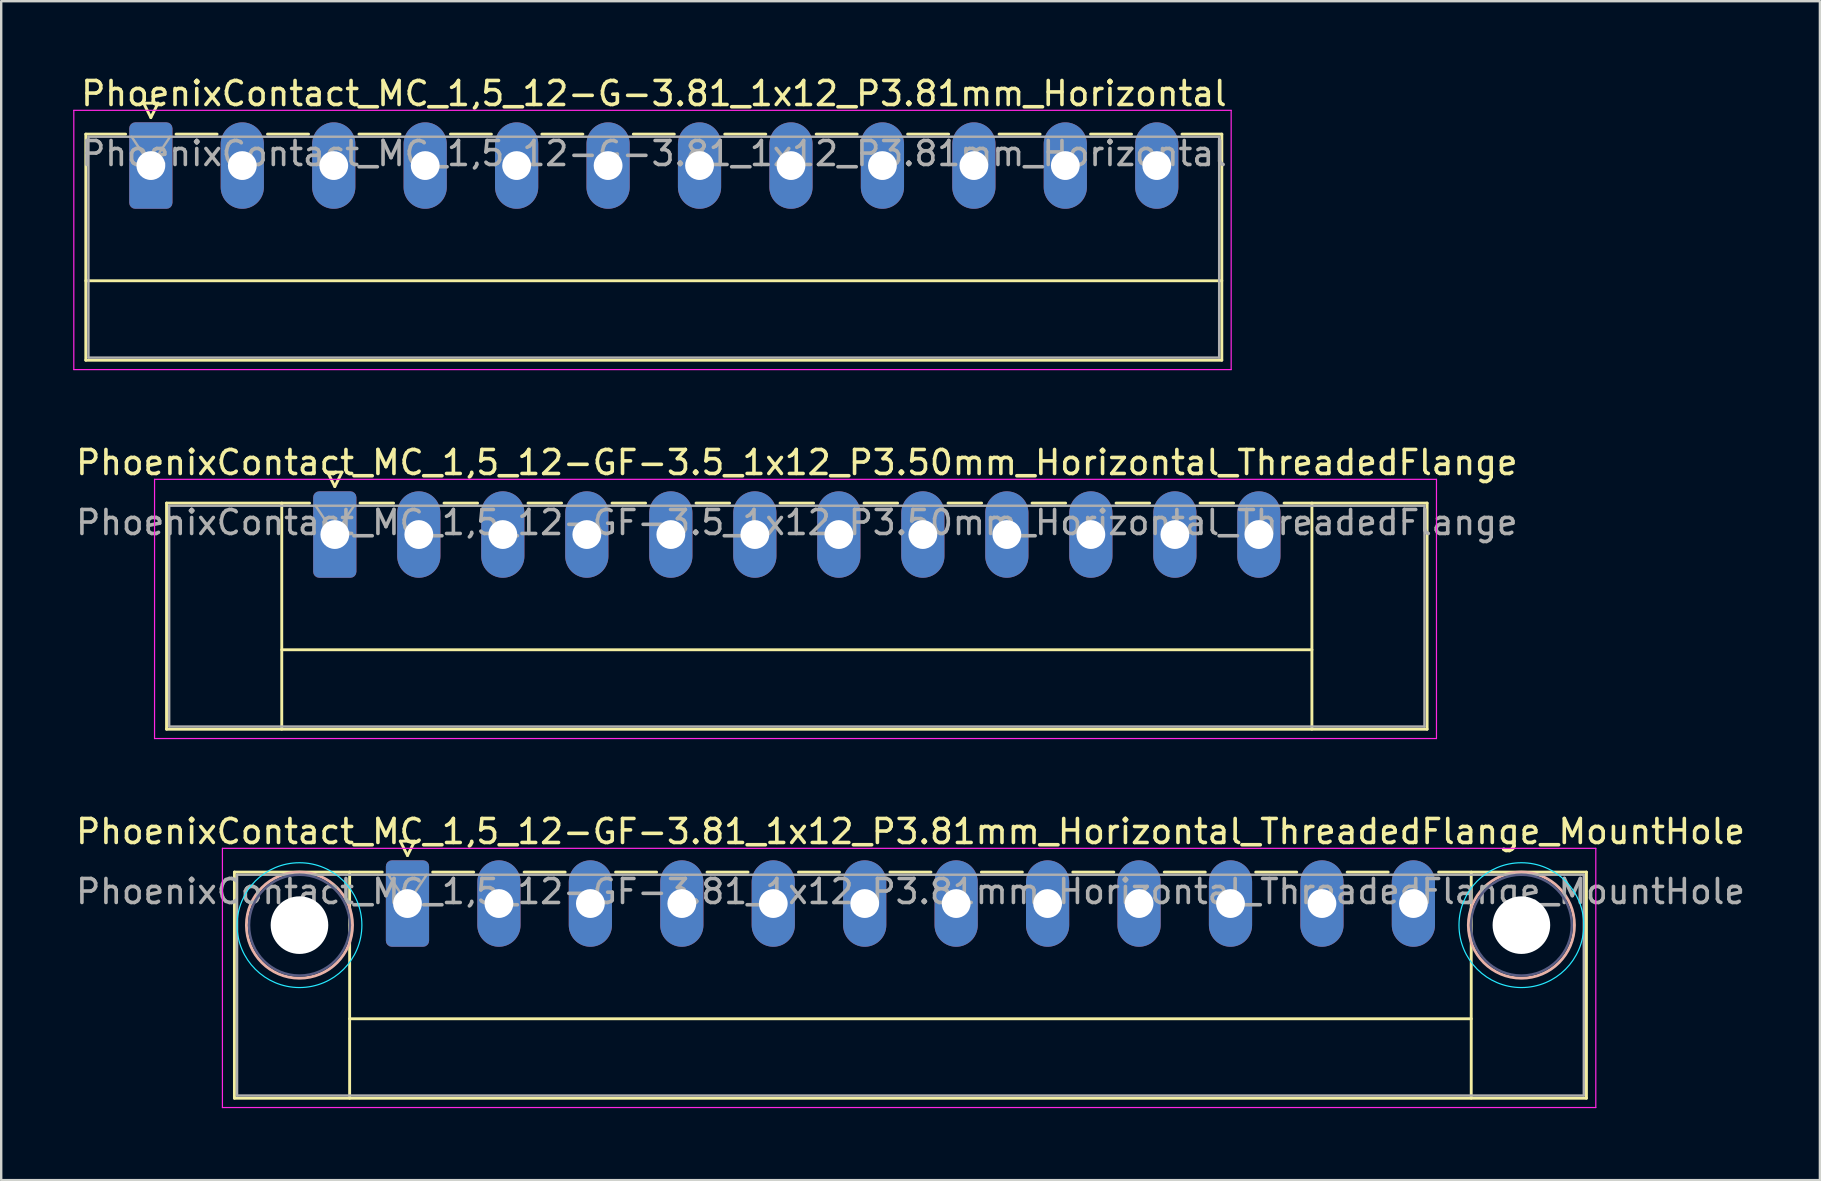
<source format=kicad_pcb>
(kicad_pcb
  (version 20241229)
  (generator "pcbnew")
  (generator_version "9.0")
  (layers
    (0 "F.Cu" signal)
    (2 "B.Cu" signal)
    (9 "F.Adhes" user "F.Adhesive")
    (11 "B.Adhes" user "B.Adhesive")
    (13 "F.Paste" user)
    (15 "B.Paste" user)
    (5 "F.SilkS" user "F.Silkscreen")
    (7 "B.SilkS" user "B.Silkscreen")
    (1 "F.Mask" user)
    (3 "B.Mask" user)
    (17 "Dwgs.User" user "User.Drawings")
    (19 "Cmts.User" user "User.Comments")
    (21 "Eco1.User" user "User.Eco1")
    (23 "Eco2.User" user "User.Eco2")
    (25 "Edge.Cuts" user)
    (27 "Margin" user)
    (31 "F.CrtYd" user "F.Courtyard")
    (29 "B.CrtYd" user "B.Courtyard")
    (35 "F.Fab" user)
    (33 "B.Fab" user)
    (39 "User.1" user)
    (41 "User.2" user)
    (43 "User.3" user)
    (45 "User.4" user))
  (footprint "PhoenixContact_MC_1,5_12-GF-3.81_1x12_P3.81mm_Horizontal_ThreadedFlange_MountHole"
    (layer "F.Cu")
    (at 13.927 34.595)
    (property "Reference" "PhoenixContact_MC_1,5_12-GF-3.81_1x12_P3.81mm_Horizontal_ThreadedFlange_MountHole" (at 20.96 -3 0) (layer "F.SilkS") (effects (font (size 1 1) (thickness 0.15))))
    (attr through_hole)
    (fp_line (start -7.21 -1.31) (end -7.21 8.11) (stroke (width 0.12) (type solid)) (layer "F.SilkS"))
    (fp_line (start -7.21 -1.31) (end -1.05 -1.31) (stroke (width 0.12) (type solid)) (layer "F.SilkS"))
    (fp_line (start -7.21 8.11) (end 49.12 8.11) (stroke (width 0.12) (type solid)) (layer "F.SilkS"))
    (fp_line (start -2.41 -1.31) (end -2.41 8.11) (stroke (width 0.12) (type solid)) (layer "F.SilkS"))
    (fp_line (start -2.41 4.8) (end 44.32 4.8) (stroke (width 0.12) (type solid)) (layer "F.SilkS"))
    (fp_line (start -0.3 -2.6) (end 0.3 -2.6) (stroke (width 0.12) (type solid)) (layer "F.SilkS"))
    (fp_line (start 0 -2) (end -0.3 -2.6) (stroke (width 0.12) (type solid)) (layer "F.SilkS"))
    (fp_line (start 0.3 -2.6) (end 0 -2) (stroke (width 0.12) (type solid)) (layer "F.SilkS"))
    (fp_line (start 1.05 -1.31) (end 2.76 -1.31) (stroke (width 0.12) (type solid)) (layer "F.SilkS"))
    (fp_line (start 4.86 -1.31) (end 6.57 -1.31) (stroke (width 0.12) (type solid)) (layer "F.SilkS"))
    (fp_line (start 8.67 -1.31) (end 10.38 -1.31) (stroke (width 0.12) (type solid)) (layer "F.SilkS"))
    (fp_line (start 12.48 -1.31) (end 14.19 -1.31) (stroke (width 0.12) (type solid)) (layer "F.SilkS"))
    (fp_line (start 16.29 -1.31) (end 18 -1.31) (stroke (width 0.12) (type solid)) (layer "F.SilkS"))
    (fp_line (start 20.1 -1.31) (end 21.81 -1.31) (stroke (width 0.12) (type solid)) (layer "F.SilkS"))
    (fp_line (start 23.91 -1.31) (end 25.62 -1.31) (stroke (width 0.12) (type solid)) (layer "F.SilkS"))
    (fp_line (start 27.72 -1.31) (end 29.43 -1.31) (stroke (width 0.12) (type solid)) (layer "F.SilkS"))
    (fp_line (start 31.53 -1.31) (end 33.24 -1.31) (stroke (width 0.12) (type solid)) (layer "F.SilkS"))
    (fp_line (start 35.34 -1.31) (end 37.05 -1.31) (stroke (width 0.12) (type solid)) (layer "F.SilkS"))
    (fp_line (start 39.15 -1.31) (end 40.86 -1.31) (stroke (width 0.12) (type solid)) (layer "F.SilkS"))
    (fp_line (start 44.32 -1.31) (end 44.32 8.11) (stroke (width 0.12) (type solid)) (layer "F.SilkS"))
    (fp_line (start 49.12 -1.31) (end 42.96 -1.31) (stroke (width 0.12) (type solid)) (layer "F.SilkS"))
    (fp_line (start 49.12 8.11) (end 49.12 -1.31) (stroke (width 0.12) (type solid)) (layer "F.SilkS"))
    (fp_circle (center -4.5 0.9) (end -2.29 0.9) (stroke (width 0.12) (type solid)) (fill no) (layer "B.SilkS"))
    (fp_circle (center 46.41 0.9) (end 48.62 0.9) (stroke (width 0.12) (type solid)) (fill no) (layer "B.SilkS"))
    (fp_circle (center -4.5 0.9) (end -1.9 0.9) (stroke (width 0.05) (type solid)) (fill no) (layer "B.CrtYd"))
    (fp_circle (center 46.41 0.9) (end 49.01 0.9) (stroke (width 0.05) (type solid)) (fill no) (layer "B.CrtYd"))
    (fp_line (start -7.71 -2.3) (end -7.71 8.5) (stroke (width 0.05) (type solid)) (layer "F.CrtYd"))
    (fp_line (start -7.71 8.5) (end 49.51 8.5) (stroke (width 0.05) (type solid)) (layer "F.CrtYd"))
    (fp_line (start 49.51 -2.3) (end -7.71 -2.3) (stroke (width 0.05) (type solid)) (layer "F.CrtYd"))
    (fp_line (start 49.51 8.5) (end 49.51 -2.3) (stroke (width 0.05) (type solid)) (layer "F.CrtYd"))
    (fp_circle (center -4.5 0.9) (end -2.4 0.9) (stroke (width 0.1) (type solid)) (fill no) (layer "B.Fab"))
    (fp_circle (center 46.41 0.9) (end 48.51 0.9) (stroke (width 0.1) (type solid)) (fill no) (layer "B.Fab"))
    (fp_line (start -7.1 -1.2) (end -7.1 8) (stroke (width 0.1) (type solid)) (layer "F.Fab"))
    (fp_line (start -7.1 8) (end 49.01 8) (stroke (width 0.1) (type solid)) (layer "F.Fab"))
    (fp_line (start 0 0) (end -0.8 -1.2) (stroke (width 0.1) (type solid)) (layer "F.Fab"))
    (fp_line (start 0.8 -1.2) (end 0 0) (stroke (width 0.1) (type solid)) (layer "F.Fab"))
    (fp_line (start 49.01 -1.2) (end -7.1 -1.2) (stroke (width 0.1) (type solid)) (layer "F.Fab"))
    (fp_line (start 49.01 8) (end 49.01 -1.2) (stroke (width 0.1) (type solid)) (layer "F.Fab"))
    (fp_text user "${REFERENCE}" (at 20.96 -0.5 0) (layer "F.Fab") (effects (font (size 1 1) (thickness 0.15))))
    (pad "" np_thru_hole circle (at -4.5 0.9) (size 2.4 2.4) (drill 2.4) (layers "*.Cu" "*.Mask"))
    (pad "" np_thru_hole circle (at 46.41 0.9) (size 2.4 2.4) (drill 2.4) (layers "*.Cu" "*.Mask"))
    (pad "1" thru_hole roundrect (at 0 0) (size 1.8 3.6) (drill 1.2) (layers "*.Cu" "*.Mask") (roundrect_rratio 0.139))
    (pad "2" thru_hole oval (at 3.81 0) (size 1.8 3.6) (drill 1.2) (layers "*.Cu" "*.Mask"))
    (pad "3" thru_hole oval (at 7.62 0) (size 1.8 3.6) (drill 1.2) (layers "*.Cu" "*.Mask"))
    (pad "4" thru_hole oval (at 11.43 0) (size 1.8 3.6) (drill 1.2) (layers "*.Cu" "*.Mask"))
    (pad "5" thru_hole oval (at 15.24 0) (size 1.8 3.6) (drill 1.2) (layers "*.Cu" "*.Mask"))
    (pad "6" thru_hole oval (at 19.05 0) (size 1.8 3.6) (drill 1.2) (layers "*.Cu" "*.Mask"))
    (pad "7" thru_hole oval (at 22.86 0) (size 1.8 3.6) (drill 1.2) (layers "*.Cu" "*.Mask"))
    (pad "8" thru_hole oval (at 26.67 0) (size 1.8 3.6) (drill 1.2) (layers "*.Cu" "*.Mask"))
    (pad "9" thru_hole oval (at 30.48 0) (size 1.8 3.6) (drill 1.2) (layers "*.Cu" "*.Mask"))
    (pad "10" thru_hole oval (at 34.29 0) (size 1.8 3.6) (drill 1.2) (layers "*.Cu" "*.Mask"))
    (pad "11" thru_hole oval (at 38.1 0) (size 1.8 3.6) (drill 1.2) (layers "*.Cu" "*.Mask"))
    (pad "12" thru_hole oval (at 41.91 0) (size 1.8 3.6) (drill 1.2) (layers "*.Cu" "*.Mask")))
  (footprint "PhoenixContact_MC_1,5_12-GF-3.5_1x12_P3.50mm_Horizontal_ThreadedFlange"
    (layer "F.Cu")
    (at 10.899 19.221)
    (property "Reference" "PhoenixContact_MC_1,5_12-GF-3.5_1x12_P3.50mm_Horizontal_ThreadedFlange" (at 19.25 -3 0) (layer "F.SilkS") (effects (font (size 1 1) (thickness 0.15))))
    (attr through_hole)
    (fp_line (start -7.01 -1.31) (end -7.01 8.11) (stroke (width 0.12) (type solid)) (layer "F.SilkS"))
    (fp_line (start -7.01 -1.31) (end -1.05 -1.31) (stroke (width 0.12) (type solid)) (layer "F.SilkS"))
    (fp_line (start -7.01 8.11) (end 45.51 8.11) (stroke (width 0.12) (type solid)) (layer "F.SilkS"))
    (fp_line (start -2.21 -1.31) (end -2.21 8.11) (stroke (width 0.12) (type solid)) (layer "F.SilkS"))
    (fp_line (start -2.21 4.8) (end 40.71 4.8) (stroke (width 0.12) (type solid)) (layer "F.SilkS"))
    (fp_line (start -0.3 -2.6) (end 0.3 -2.6) (stroke (width 0.12) (type solid)) (layer "F.SilkS"))
    (fp_line (start 0 -2) (end -0.3 -2.6) (stroke (width 0.12) (type solid)) (layer "F.SilkS"))
    (fp_line (start 0.3 -2.6) (end 0 -2) (stroke (width 0.12) (type solid)) (layer "F.SilkS"))
    (fp_line (start 1.05 -1.31) (end 2.45 -1.31) (stroke (width 0.12) (type solid)) (layer "F.SilkS"))
    (fp_line (start 4.55 -1.31) (end 5.95 -1.31) (stroke (width 0.12) (type solid)) (layer "F.SilkS"))
    (fp_line (start 8.05 -1.31) (end 9.45 -1.31) (stroke (width 0.12) (type solid)) (layer "F.SilkS"))
    (fp_line (start 11.55 -1.31) (end 12.95 -1.31) (stroke (width 0.12) (type solid)) (layer "F.SilkS"))
    (fp_line (start 15.05 -1.31) (end 16.45 -1.31) (stroke (width 0.12) (type solid)) (layer "F.SilkS"))
    (fp_line (start 18.55 -1.31) (end 19.95 -1.31) (stroke (width 0.12) (type solid)) (layer "F.SilkS"))
    (fp_line (start 22.05 -1.31) (end 23.45 -1.31) (stroke (width 0.12) (type solid)) (layer "F.SilkS"))
    (fp_line (start 25.55 -1.31) (end 26.95 -1.31) (stroke (width 0.12) (type solid)) (layer "F.SilkS"))
    (fp_line (start 29.05 -1.31) (end 30.45 -1.31) (stroke (width 0.12) (type solid)) (layer "F.SilkS"))
    (fp_line (start 32.55 -1.31) (end 33.95 -1.31) (stroke (width 0.12) (type solid)) (layer "F.SilkS"))
    (fp_line (start 36.05 -1.31) (end 37.45 -1.31) (stroke (width 0.12) (type solid)) (layer "F.SilkS"))
    (fp_line (start 40.71 -1.31) (end 40.71 8.11) (stroke (width 0.12) (type solid)) (layer "F.SilkS"))
    (fp_line (start 45.51 -1.31) (end 39.55 -1.31) (stroke (width 0.12) (type solid)) (layer "F.SilkS"))
    (fp_line (start 45.51 8.11) (end 45.51 -1.31) (stroke (width 0.12) (type solid)) (layer "F.SilkS"))
    (fp_line (start -7.51 -2.3) (end -7.51 8.5) (stroke (width 0.05) (type solid)) (layer "F.CrtYd"))
    (fp_line (start -7.51 8.5) (end 45.9 8.5) (stroke (width 0.05) (type solid)) (layer "F.CrtYd"))
    (fp_line (start 45.9 -2.3) (end -7.51 -2.3) (stroke (width 0.05) (type solid)) (layer "F.CrtYd"))
    (fp_line (start 45.9 8.5) (end 45.9 -2.3) (stroke (width 0.05) (type solid)) (layer "F.CrtYd"))
    (fp_line (start -6.9 -1.2) (end -6.9 8) (stroke (width 0.1) (type solid)) (layer "F.Fab"))
    (fp_line (start -6.9 8) (end 45.4 8) (stroke (width 0.1) (type solid)) (layer "F.Fab"))
    (fp_line (start 0 0) (end -0.8 -1.2) (stroke (width 0.1) (type solid)) (layer "F.Fab"))
    (fp_line (start 0.8 -1.2) (end 0 0) (stroke (width 0.1) (type solid)) (layer "F.Fab"))
    (fp_line (start 45.4 -1.2) (end -6.9 -1.2) (stroke (width 0.1) (type solid)) (layer "F.Fab"))
    (fp_line (start 45.4 8) (end 45.4 -1.2) (stroke (width 0.1) (type solid)) (layer "F.Fab"))
    (fp_text user "${REFERENCE}" (at 19.25 -0.5 0) (layer "F.Fab") (effects (font (size 1 1) (thickness 0.15))))
    (pad "1" thru_hole roundrect (at 0 0) (size 1.8 3.6) (drill 1.2) (layers "*.Cu" "*.Mask") (roundrect_rratio 0.139))
    (pad "2" thru_hole oval (at 3.5 0) (size 1.8 3.6) (drill 1.2) (layers "*.Cu" "*.Mask"))
    (pad "3" thru_hole oval (at 7 0) (size 1.8 3.6) (drill 1.2) (layers "*.Cu" "*.Mask"))
    (pad "4" thru_hole oval (at 10.5 0) (size 1.8 3.6) (drill 1.2) (layers "*.Cu" "*.Mask"))
    (pad "5" thru_hole oval (at 14 0) (size 1.8 3.6) (drill 1.2) (layers "*.Cu" "*.Mask"))
    (pad "6" thru_hole oval (at 17.5 0) (size 1.8 3.6) (drill 1.2) (layers "*.Cu" "*.Mask"))
    (pad "7" thru_hole oval (at 21 0) (size 1.8 3.6) (drill 1.2) (layers "*.Cu" "*.Mask"))
    (pad "8" thru_hole oval (at 24.5 0) (size 1.8 3.6) (drill 1.2) (layers "*.Cu" "*.Mask"))
    (pad "9" thru_hole oval (at 28 0) (size 1.8 3.6) (drill 1.2) (layers "*.Cu" "*.Mask"))
    (pad "10" thru_hole oval (at 31.5 0) (size 1.8 3.6) (drill 1.2) (layers "*.Cu" "*.Mask"))
    (pad "11" thru_hole oval (at 35 0) (size 1.8 3.6) (drill 1.2) (layers "*.Cu" "*.Mask"))
    (pad "12" thru_hole oval (at 38.5 0) (size 1.8 3.6) (drill 1.2) (layers "*.Cu" "*.Mask")))
  (footprint "PhoenixContact_MC_1,5_12-G-3.81_1x12_P3.81mm_Horizontal"
    (layer "F.Cu")
    (at 3.235 3.848)
    (property "Reference" "PhoenixContact_MC_1,5_12-G-3.81_1x12_P3.81mm_Horizontal" (at 20.96 -3 0) (layer "F.SilkS") (effects (font (size 1 1) (thickness 0.15))))
    (attr through_hole)
    (fp_line (start -2.71 -1.31) (end -2.71 8.11) (stroke (width 0.12) (type solid)) (layer "F.SilkS"))
    (fp_line (start -2.71 -1.31) (end -1.05 -1.31) (stroke (width 0.12) (type solid)) (layer "F.SilkS"))
    (fp_line (start -2.71 4.8) (end 44.62 4.8) (stroke (width 0.12) (type solid)) (layer "F.SilkS"))
    (fp_line (start -2.71 8.11) (end 44.62 8.11) (stroke (width 0.12) (type solid)) (layer "F.SilkS"))
    (fp_line (start -0.3 -2.6) (end 0.3 -2.6) (stroke (width 0.12) (type solid)) (layer "F.SilkS"))
    (fp_line (start 0 -2) (end -0.3 -2.6) (stroke (width 0.12) (type solid)) (layer "F.SilkS"))
    (fp_line (start 0.3 -2.6) (end 0 -2) (stroke (width 0.12) (type solid)) (layer "F.SilkS"))
    (fp_line (start 1.05 -1.31) (end 2.76 -1.31) (stroke (width 0.12) (type solid)) (layer "F.SilkS"))
    (fp_line (start 4.86 -1.31) (end 6.57 -1.31) (stroke (width 0.12) (type solid)) (layer "F.SilkS"))
    (fp_line (start 8.67 -1.31) (end 10.38 -1.31) (stroke (width 0.12) (type solid)) (layer "F.SilkS"))
    (fp_line (start 12.48 -1.31) (end 14.19 -1.31) (stroke (width 0.12) (type solid)) (layer "F.SilkS"))
    (fp_line (start 16.29 -1.31) (end 18 -1.31) (stroke (width 0.12) (type solid)) (layer "F.SilkS"))
    (fp_line (start 20.1 -1.31) (end 21.81 -1.31) (stroke (width 0.12) (type solid)) (layer "F.SilkS"))
    (fp_line (start 23.91 -1.31) (end 25.62 -1.31) (stroke (width 0.12) (type solid)) (layer "F.SilkS"))
    (fp_line (start 27.72 -1.31) (end 29.43 -1.31) (stroke (width 0.12) (type solid)) (layer "F.SilkS"))
    (fp_line (start 31.53 -1.31) (end 33.24 -1.31) (stroke (width 0.12) (type solid)) (layer "F.SilkS"))
    (fp_line (start 35.34 -1.31) (end 37.05 -1.31) (stroke (width 0.12) (type solid)) (layer "F.SilkS"))
    (fp_line (start 39.15 -1.31) (end 40.86 -1.31) (stroke (width 0.12) (type solid)) (layer "F.SilkS"))
    (fp_line (start 44.62 -1.31) (end 42.96 -1.31) (stroke (width 0.12) (type solid)) (layer "F.SilkS"))
    (fp_line (start 44.62 8.11) (end 44.62 -1.31) (stroke (width 0.12) (type solid)) (layer "F.SilkS"))
    (fp_line (start -3.21 -2.3) (end -3.21 8.5) (stroke (width 0.05) (type solid)) (layer "F.CrtYd"))
    (fp_line (start -3.21 8.5) (end 45.01 8.5) (stroke (width 0.05) (type solid)) (layer "F.CrtYd"))
    (fp_line (start 45.01 -2.3) (end -3.21 -2.3) (stroke (width 0.05) (type solid)) (layer "F.CrtYd"))
    (fp_line (start 45.01 8.5) (end 45.01 -2.3) (stroke (width 0.05) (type solid)) (layer "F.CrtYd"))
    (fp_line (start -2.6 -1.2) (end -2.6 8) (stroke (width 0.1) (type solid)) (layer "F.Fab"))
    (fp_line (start -2.6 8) (end 44.51 8) (stroke (width 0.1) (type solid)) (layer "F.Fab"))
    (fp_line (start 0 0) (end -0.8 -1.2) (stroke (width 0.1) (type solid)) (layer "F.Fab"))
    (fp_line (start 0.8 -1.2) (end 0 0) (stroke (width 0.1) (type solid)) (layer "F.Fab"))
    (fp_line (start 44.51 -1.2) (end -2.6 -1.2) (stroke (width 0.1) (type solid)) (layer "F.Fab"))
    (fp_line (start 44.51 8) (end 44.51 -1.2) (stroke (width 0.1) (type solid)) (layer "F.Fab"))
    (fp_text user "${REFERENCE}" (at 20.96 -0.5 0) (layer "F.Fab") (effects (font (size 1 1) (thickness 0.15))))
    (pad "1" thru_hole roundrect (at 0 0) (size 1.8 3.6) (drill 1.2) (layers "*.Cu" "*.Mask") (roundrect_rratio 0.139))
    (pad "2" thru_hole oval (at 3.81 0) (size 1.8 3.6) (drill 1.2) (layers "*.Cu" "*.Mask"))
    (pad "3" thru_hole oval (at 7.62 0) (size 1.8 3.6) (drill 1.2) (layers "*.Cu" "*.Mask"))
    (pad "4" thru_hole oval (at 11.43 0) (size 1.8 3.6) (drill 1.2) (layers "*.Cu" "*.Mask"))
    (pad "5" thru_hole oval (at 15.24 0) (size 1.8 3.6) (drill 1.2) (layers "*.Cu" "*.Mask"))
    (pad "6" thru_hole oval (at 19.05 0) (size 1.8 3.6) (drill 1.2) (layers "*.Cu" "*.Mask"))
    (pad "7" thru_hole oval (at 22.86 0) (size 1.8 3.6) (drill 1.2) (layers "*.Cu" "*.Mask"))
    (pad "8" thru_hole oval (at 26.67 0) (size 1.8 3.6) (drill 1.2) (layers "*.Cu" "*.Mask"))
    (pad "9" thru_hole oval (at 30.48 0) (size 1.8 3.6) (drill 1.2) (layers "*.Cu" "*.Mask"))
    (pad "10" thru_hole oval (at 34.29 0) (size 1.8 3.6) (drill 1.2) (layers "*.Cu" "*.Mask"))
    (pad "11" thru_hole oval (at 38.1 0) (size 1.8 3.6) (drill 1.2) (layers "*.Cu" "*.Mask"))
    (pad "12" thru_hole oval (at 41.91 0) (size 1.8 3.6) (drill 1.2) (layers "*.Cu" "*.Mask")))
  (gr_rect
    (start -3 -3)
    (end 72.774 46.12)
    (stroke (width 0.1) (type default))
    (fill no)
    (layer "Edge.Cuts")))
</source>
